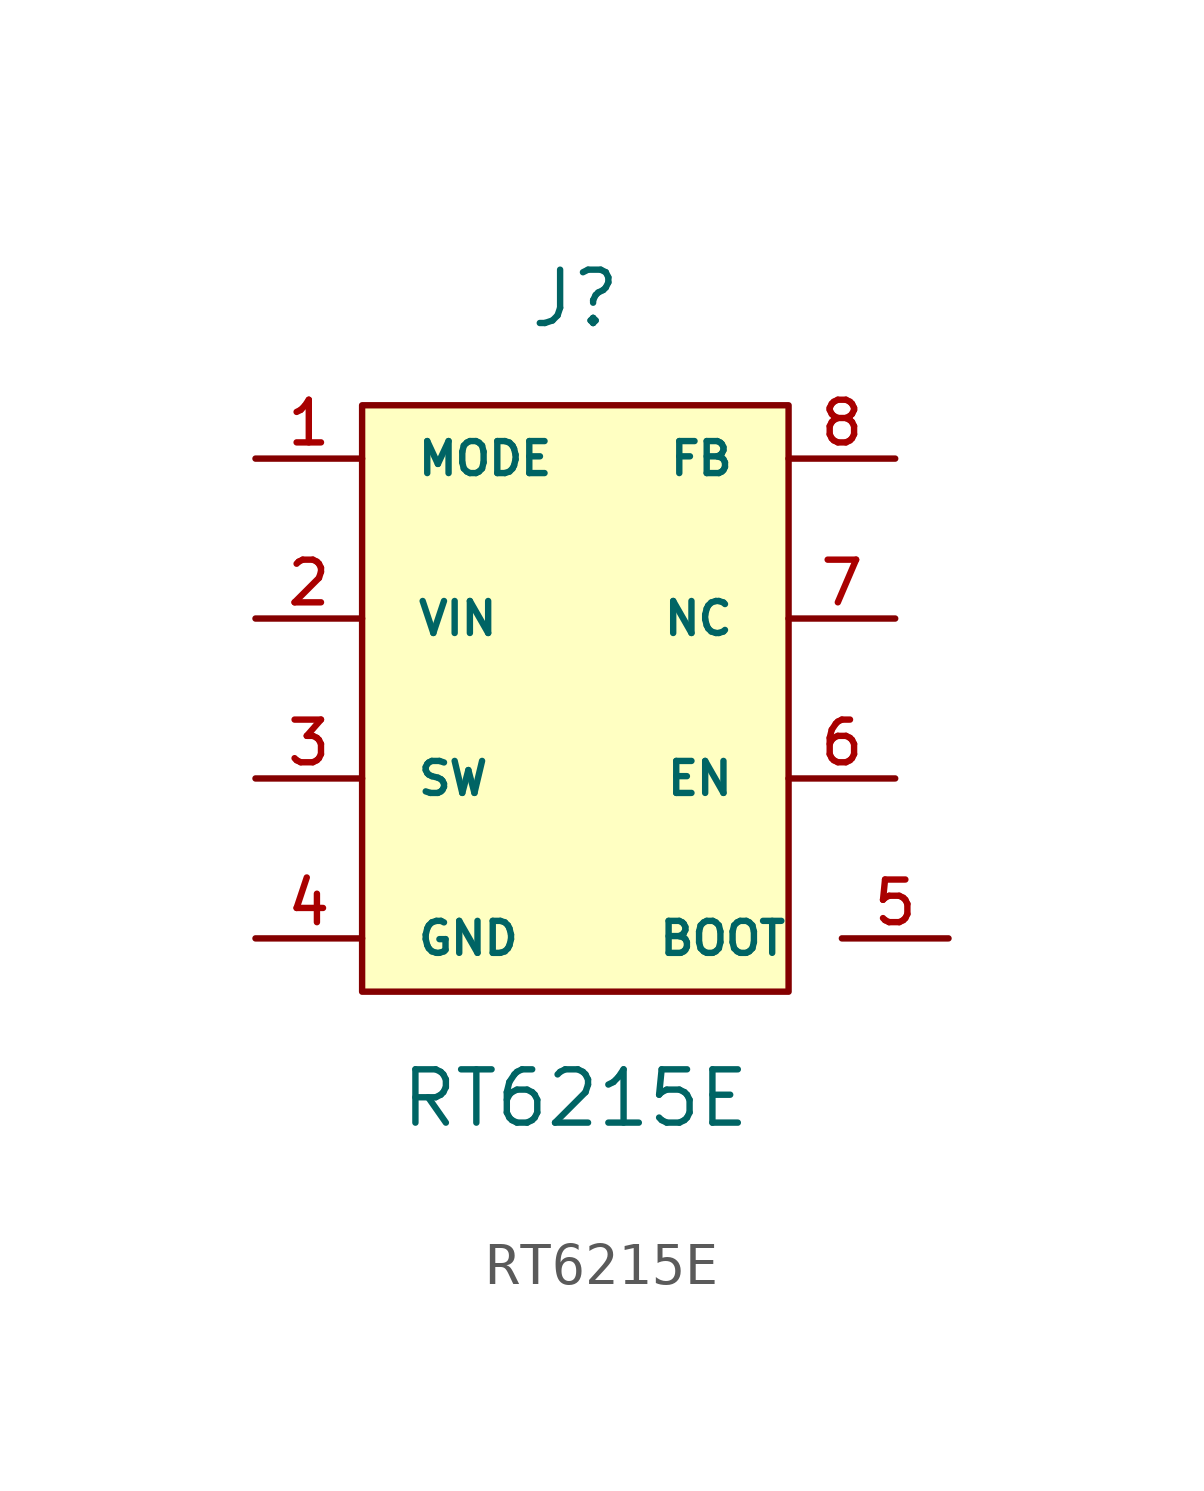
<source format=kicad_sym>
(kicad_symbol_lib
  (version 20211014)
  (generator kicad_symbol_editor)
  (symbol "RT6215E"
    (pin_names
      (offset 1.27))
    (property "Reference" "J"
      (at 0 10.16 0)
      (effects (font (size 1.27 1.27))))
    (property "Value" "RT6215E"
      (at 0 -8.89 0)
      (effects (font (size 1.27 1.27))))
    (symbol "RT6215E_0_1"
      (rectangle (start -5.08 7.62) (end 5.08 -6.35) (stroke (width 0) (type default) (color 0 0 0 0)) (fill (type background))))
    (symbol "RT6215E_1_1"
      (pin input line (at -7.62 6.35 0) (length 2.54) (name "MODE" (effects (font (size 0.762 0.762)))) (number "1" (effects (font (size 1.016 1.016)))))
      (pin power_in line (at -7.62 2.54 0) (length 2.54) (name "VIN" (effects (font (size 0.762 0.762)))) (number "2" (effects (font (size 1.016 1.016)))))
      (pin input line (at -7.62 -1.27 0) (length 2.54) (name "SW" (effects (font (size 0.762 0.762)))) (number "3" (effects (font (size 1.016 1.016)))))
      (pin bidirectional line (at -7.62 -5.08 0) (length 2.54) (name "GND" (effects (font (size 0.762 0.762)))) (number "4" (effects (font (size 1.016 1.016)))))
      (pin input line (at 8.89 -5.08 180) (length 2.54) (name "BOOT" (effects (font (size 0.762 0.762)))) (number "5" (effects (font (size 1.016 1.016)))))
      (pin input line (at 7.62 -1.27 180) (length 2.54) (name "EN" (effects (font (size 0.762 0.762)))) (number "6" (effects (font (size 1.016 1.016)))))
      (pin free line (at 7.62 2.54 180) (length 2.54) (name "NC" (effects (font (size 0.762 0.762)))) (number "7" (effects (font (size 1.016 1.016)))))
      (pin input line (at 7.62 6.35 180) (length 2.54) (name "FB" (effects (font (size 0.762 0.762)))) (number "8" (effects (font (size 1.016 1.016))))))))
</source>
